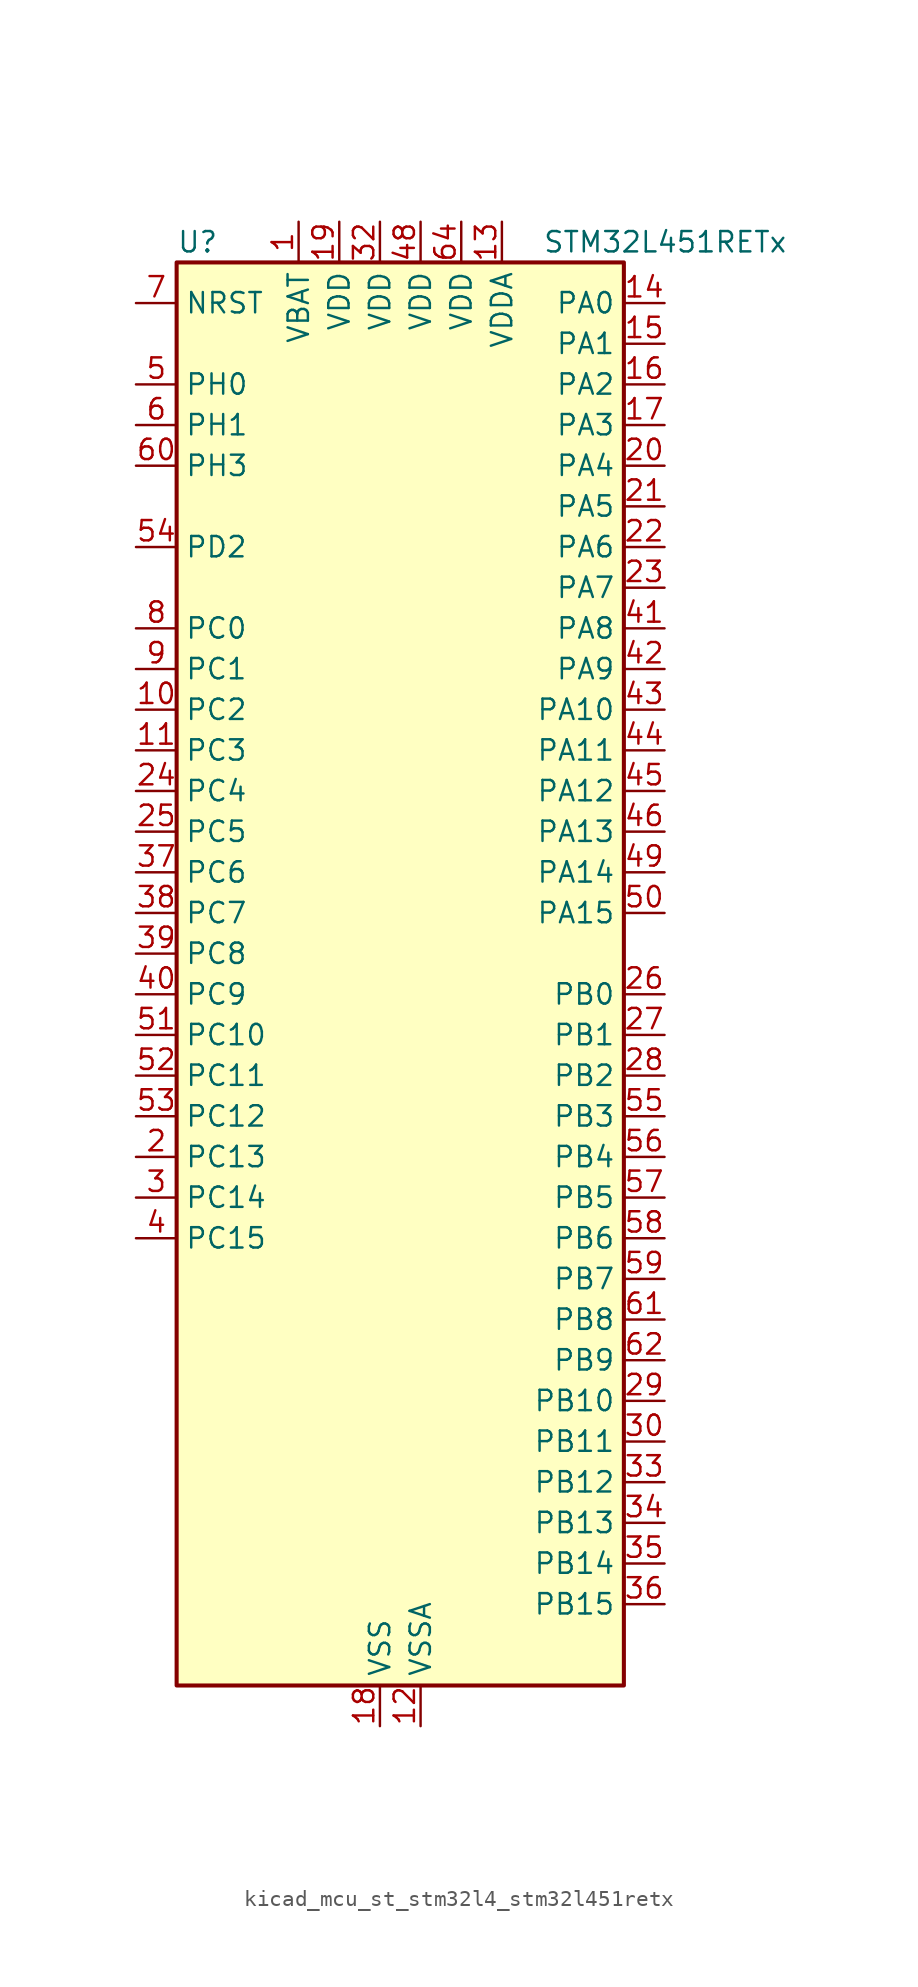
<source format=kicad_sym>
(kicad_symbol_lib
  (version 20220914)
  (generator kicad_symbol_editor)
  (symbol "kicad_mcu_st_stm32l4_stm32l451retx"
    (property "Reference" "U"
      (at -12.7 46.99 0)
      (effects (font (size 1.27 1.27)) (justify left)))
    (property "Value" "STM32L451RETx"
      (at 10.16 46.99 0)
      (effects (font (size 1.27 1.27)) (justify left)))
    (property "ki_locked" ""
      (at 0 0 0)
      (effects (font (size 1.27 1.27))))
    (symbol "kicad_mcu_st_stm32l4_stm32l451retx_0_1"
      (rectangle (start -12.7 -43.18) (end 15.24 45.72) (stroke (width 0.254) (type default)) (fill (type background))))
    (symbol "kicad_mcu_st_stm32l4_stm32l451retx_1_1"
      (pin power_in line (at -5.08 48.26 270) (length 2.54) (name "VBAT" (effects (font (size 1.27 1.27)))) (number "1" (effects (font (size 1.27 1.27)))))
      (pin bidirectional line (at -15.24 17.78 0) (length 2.54) (name "PC2" (effects (font (size 1.27 1.27)))) (number "10" (effects (font (size 1.27 1.27)))) (alternate "ADC1_IN3" bidirectional line) (alternate "DFSDM1_CKOUT" bidirectional line) (alternate "LPTIM1_IN2" bidirectional line) (alternate "SPI2_MISO" bidirectional line))
      (pin bidirectional line (at -15.24 15.24 0) (length 2.54) (name "PC3" (effects (font (size 1.27 1.27)))) (number "11" (effects (font (size 1.27 1.27)))) (alternate "ADC1_IN4" bidirectional line) (alternate "LPTIM1_ETR" bidirectional line) (alternate "LPTIM2_ETR" bidirectional line) (alternate "SAI1_SD_A" bidirectional line) (alternate "SPI2_MOSI" bidirectional line))
      (pin power_in line (at 2.54 -45.72 90) (length 2.54) (name "VSSA" (effects (font (size 1.27 1.27)))) (number "12" (effects (font (size 1.27 1.27)))))
      (pin power_in line (at 7.62 48.26 270) (length 2.54) (name "VDDA" (effects (font (size 1.27 1.27)))) (number "13" (effects (font (size 1.27 1.27)))))
      (pin bidirectional line (at 17.78 43.18 180) (length 2.54) (name "PA0" (effects (font (size 1.27 1.27)))) (number "14" (effects (font (size 1.27 1.27)))) (alternate "ADC1_IN5" bidirectional line) (alternate "COMP1_INM" bidirectional line) (alternate "COMP1_OUT" bidirectional line) (alternate "OPAMP1_VINP" bidirectional line) (alternate "RTC_TAMP2" bidirectional line) (alternate "SAI1_EXTCLK" bidirectional line) (alternate "SYS_WKUP1" bidirectional line) (alternate "TIM2_CH1" bidirectional line) (alternate "TIM2_ETR" bidirectional line) (alternate "UART4_TX" bidirectional line) (alternate "USART2_CTS" bidirectional line))
      (pin bidirectional line (at 17.78 40.64 180) (length 2.54) (name "PA1" (effects (font (size 1.27 1.27)))) (number "15" (effects (font (size 1.27 1.27)))) (alternate "ADC1_IN6" bidirectional line) (alternate "COMP1_INP" bidirectional line) (alternate "I2C1_SMBA" bidirectional line) (alternate "OPAMP1_VINM" bidirectional line) (alternate "SPI1_SCK" bidirectional line) (alternate "TIM15_CH1N" bidirectional line) (alternate "TIM2_CH2" bidirectional line) (alternate "UART4_RX" bidirectional line) (alternate "USART2_DE" bidirectional line) (alternate "USART2_RTS" bidirectional line))
      (pin bidirectional line (at 17.78 38.1 180) (length 2.54) (name "PA2" (effects (font (size 1.27 1.27)))) (number "16" (effects (font (size 1.27 1.27)))) (alternate "ADC1_IN7" bidirectional line) (alternate "COMP2_INM" bidirectional line) (alternate "COMP2_OUT" bidirectional line) (alternate "LPUART1_TX" bidirectional line) (alternate "QUADSPI_BK1_NCS" bidirectional line) (alternate "RCC_LSCO" bidirectional line) (alternate "SYS_WKUP4" bidirectional line) (alternate "TIM15_CH1" bidirectional line) (alternate "TIM2_CH3" bidirectional line) (alternate "USART2_TX" bidirectional line))
      (pin bidirectional line (at 17.78 35.56 180) (length 2.54) (name "PA3" (effects (font (size 1.27 1.27)))) (number "17" (effects (font (size 1.27 1.27)))) (alternate "ADC1_IN8" bidirectional line) (alternate "COMP2_INP" bidirectional line) (alternate "LPUART1_RX" bidirectional line) (alternate "OPAMP1_VOUT" bidirectional line) (alternate "QUADSPI_CLK" bidirectional line) (alternate "SAI1_MCLK_A" bidirectional line) (alternate "TIM15_CH2" bidirectional line) (alternate "TIM2_CH4" bidirectional line) (alternate "USART2_RX" bidirectional line))
      (pin power_in line (at 0 -45.72 90) (length 2.54) (name "VSS" (effects (font (size 1.27 1.27)))) (number "18" (effects (font (size 1.27 1.27)))))
      (pin power_in line (at -2.54 48.26 270) (length 2.54) (name "VDD" (effects (font (size 1.27 1.27)))) (number "19" (effects (font (size 1.27 1.27)))))
      (pin bidirectional line (at -15.24 -10.16 0) (length 2.54) (name "PC13" (effects (font (size 1.27 1.27)))) (number "2" (effects (font (size 1.27 1.27)))) (alternate "RTC_OUT_ALARM" bidirectional line) (alternate "RTC_OUT_CALIB" bidirectional line) (alternate "RTC_TAMP1" bidirectional line) (alternate "RTC_TS" bidirectional line) (alternate "SYS_WKUP2" bidirectional line))
      (pin bidirectional line (at 17.78 33.02 180) (length 2.54) (name "PA4" (effects (font (size 1.27 1.27)))) (number "20" (effects (font (size 1.27 1.27)))) (alternate "ADC1_IN9" bidirectional line) (alternate "COMP1_INM" bidirectional line) (alternate "COMP2_INM" bidirectional line) (alternate "DAC1_OUT1" bidirectional line) (alternate "LPTIM2_OUT" bidirectional line) (alternate "SAI1_FS_B" bidirectional line) (alternate "SPI1_NSS" bidirectional line) (alternate "SPI3_NSS" bidirectional line) (alternate "USART2_CK" bidirectional line))
      (pin bidirectional line (at 17.78 30.48 180) (length 2.54) (name "PA5" (effects (font (size 1.27 1.27)))) (number "21" (effects (font (size 1.27 1.27)))) (alternate "ADC1_IN10" bidirectional line) (alternate "COMP1_INM" bidirectional line) (alternate "COMP2_INM" bidirectional line) (alternate "DFSDM1_CKOUT" bidirectional line) (alternate "LPTIM2_ETR" bidirectional line) (alternate "SPI1_SCK" bidirectional line) (alternate "TIM2_CH1" bidirectional line) (alternate "TIM2_ETR" bidirectional line))
      (pin bidirectional line (at 17.78 27.94 180) (length 2.54) (name "PA6" (effects (font (size 1.27 1.27)))) (number "22" (effects (font (size 1.27 1.27)))) (alternate "ADC1_IN11" bidirectional line) (alternate "COMP1_OUT" bidirectional line) (alternate "LPUART1_CTS" bidirectional line) (alternate "QUADSPI_BK1_IO3" bidirectional line) (alternate "SPI1_MISO" bidirectional line) (alternate "TIM16_CH1" bidirectional line) (alternate "TIM1_BKIN" bidirectional line) (alternate "TIM1_BKIN_COMP2" bidirectional line) (alternate "TIM3_CH1" bidirectional line) (alternate "USART3_CTS" bidirectional line))
      (pin bidirectional line (at 17.78 25.4 180) (length 2.54) (name "PA7" (effects (font (size 1.27 1.27)))) (number "23" (effects (font (size 1.27 1.27)))) (alternate "ADC1_IN12" bidirectional line) (alternate "COMP2_OUT" bidirectional line) (alternate "DFSDM1_DATIN0" bidirectional line) (alternate "I2C3_SCL" bidirectional line) (alternate "QUADSPI_BK1_IO2" bidirectional line) (alternate "SPI1_MOSI" bidirectional line) (alternate "TIM1_CH1N" bidirectional line) (alternate "TIM3_CH2" bidirectional line))
      (pin bidirectional line (at -15.24 12.7 0) (length 2.54) (name "PC4" (effects (font (size 1.27 1.27)))) (number "24" (effects (font (size 1.27 1.27)))) (alternate "ADC1_IN13" bidirectional line) (alternate "COMP1_INM" bidirectional line) (alternate "USART3_TX" bidirectional line))
      (pin bidirectional line (at -15.24 10.16 0) (length 2.54) (name "PC5" (effects (font (size 1.27 1.27)))) (number "25" (effects (font (size 1.27 1.27)))) (alternate "ADC1_IN14" bidirectional line) (alternate "COMP1_INP" bidirectional line) (alternate "SYS_WKUP5" bidirectional line) (alternate "USART3_RX" bidirectional line))
      (pin bidirectional line (at 17.78 0 180) (length 2.54) (name "PB0" (effects (font (size 1.27 1.27)))) (number "26" (effects (font (size 1.27 1.27)))) (alternate "ADC1_IN15" bidirectional line) (alternate "COMP1_OUT" bidirectional line) (alternate "DFSDM1_CKIN0" bidirectional line) (alternate "QUADSPI_BK1_IO1" bidirectional line) (alternate "SAI1_EXTCLK" bidirectional line) (alternate "SPI1_NSS" bidirectional line) (alternate "TIM1_CH2N" bidirectional line) (alternate "TIM3_CH3" bidirectional line) (alternate "USART3_CK" bidirectional line))
      (pin bidirectional line (at 17.78 -2.54 180) (length 2.54) (name "PB1" (effects (font (size 1.27 1.27)))) (number "27" (effects (font (size 1.27 1.27)))) (alternate "ADC1_IN16" bidirectional line) (alternate "COMP1_INM" bidirectional line) (alternate "DFSDM1_DATIN0" bidirectional line) (alternate "LPTIM2_IN1" bidirectional line) (alternate "LPUART1_DE" bidirectional line) (alternate "LPUART1_RTS" bidirectional line) (alternate "QUADSPI_BK1_IO0" bidirectional line) (alternate "TIM1_CH3N" bidirectional line) (alternate "TIM3_CH4" bidirectional line) (alternate "USART3_DE" bidirectional line) (alternate "USART3_RTS" bidirectional line))
      (pin bidirectional line (at 17.78 -5.08 180) (length 2.54) (name "PB2" (effects (font (size 1.27 1.27)))) (number "28" (effects (font (size 1.27 1.27)))) (alternate "COMP1_INP" bidirectional line) (alternate "DFSDM1_CKIN0" bidirectional line) (alternate "I2C3_SMBA" bidirectional line) (alternate "LPTIM1_OUT" bidirectional line) (alternate "RTC_OUT_ALARM" bidirectional line) (alternate "RTC_OUT_CALIB" bidirectional line))
      (pin bidirectional line (at 17.78 -25.4 180) (length 2.54) (name "PB10" (effects (font (size 1.27 1.27)))) (number "29" (effects (font (size 1.27 1.27)))) (alternate "COMP1_OUT" bidirectional line) (alternate "I2C2_SCL" bidirectional line) (alternate "I2C4_SCL" bidirectional line) (alternate "LPUART1_RX" bidirectional line) (alternate "QUADSPI_CLK" bidirectional line) (alternate "SAI1_SCK_A" bidirectional line) (alternate "SPI2_SCK" bidirectional line) (alternate "TIM2_CH3" bidirectional line) (alternate "TSC_SYNC" bidirectional line) (alternate "USART3_TX" bidirectional line))
      (pin bidirectional line (at -15.24 -12.7 0) (length 2.54) (name "PC14" (effects (font (size 1.27 1.27)))) (number "3" (effects (font (size 1.27 1.27)))) (alternate "RCC_OSC32_IN" bidirectional line))
      (pin bidirectional line (at 17.78 -27.94 180) (length 2.54) (name "PB11" (effects (font (size 1.27 1.27)))) (number "30" (effects (font (size 1.27 1.27)))) (alternate "ADC1_EXTI11" bidirectional line) (alternate "COMP2_OUT" bidirectional line) (alternate "I2C2_SDA" bidirectional line) (alternate "I2C4_SDA" bidirectional line) (alternate "LPUART1_TX" bidirectional line) (alternate "QUADSPI_BK1_NCS" bidirectional line) (alternate "TIM2_CH4" bidirectional line) (alternate "USART3_RX" bidirectional line))
      (pin passive line (at 0 -45.72 90) (length 2.54) hide (name "VSS" (effects (font (size 1.27 1.27)))) (number "31" (effects (font (size 1.27 1.27)))))
      (pin power_in line (at 0 48.26 270) (length 2.54) (name "VDD" (effects (font (size 1.27 1.27)))) (number "32" (effects (font (size 1.27 1.27)))))
      (pin bidirectional line (at 17.78 -30.48 180) (length 2.54) (name "PB12" (effects (font (size 1.27 1.27)))) (number "33" (effects (font (size 1.27 1.27)))) (alternate "CAN1_RX" bidirectional line) (alternate "DFSDM1_DATIN1" bidirectional line) (alternate "I2C2_SMBA" bidirectional line) (alternate "LPUART1_DE" bidirectional line) (alternate "LPUART1_RTS" bidirectional line) (alternate "SAI1_FS_A" bidirectional line) (alternate "SPI2_NSS" bidirectional line) (alternate "TIM15_BKIN" bidirectional line) (alternate "TIM1_BKIN" bidirectional line) (alternate "TIM1_BKIN_COMP2" bidirectional line) (alternate "TSC_G1_IO1" bidirectional line) (alternate "USART3_CK" bidirectional line))
      (pin bidirectional line (at 17.78 -33.02 180) (length 2.54) (name "PB13" (effects (font (size 1.27 1.27)))) (number "34" (effects (font (size 1.27 1.27)))) (alternate "CAN1_TX" bidirectional line) (alternate "DFSDM1_CKIN1" bidirectional line) (alternate "I2C2_SCL" bidirectional line) (alternate "LPUART1_CTS" bidirectional line) (alternate "SAI1_SCK_A" bidirectional line) (alternate "SPI2_SCK" bidirectional line) (alternate "TIM15_CH1N" bidirectional line) (alternate "TIM1_CH1N" bidirectional line) (alternate "TSC_G1_IO2" bidirectional line) (alternate "USART3_CTS" bidirectional line))
      (pin bidirectional line (at 17.78 -35.56 180) (length 2.54) (name "PB14" (effects (font (size 1.27 1.27)))) (number "35" (effects (font (size 1.27 1.27)))) (alternate "DFSDM1_DATIN2" bidirectional line) (alternate "I2C2_SDA" bidirectional line) (alternate "SAI1_MCLK_A" bidirectional line) (alternate "SPI2_MISO" bidirectional line) (alternate "TIM15_CH1" bidirectional line) (alternate "TIM1_CH2N" bidirectional line) (alternate "TSC_G1_IO3" bidirectional line) (alternate "USART3_DE" bidirectional line) (alternate "USART3_RTS" bidirectional line))
      (pin bidirectional line (at 17.78 -38.1 180) (length 2.54) (name "PB15" (effects (font (size 1.27 1.27)))) (number "36" (effects (font (size 1.27 1.27)))) (alternate "ADC1_EXTI15" bidirectional line) (alternate "DFSDM1_CKIN2" bidirectional line) (alternate "RTC_REFIN" bidirectional line) (alternate "SAI1_SD_A" bidirectional line) (alternate "SPI2_MOSI" bidirectional line) (alternate "TIM15_CH2" bidirectional line) (alternate "TIM1_CH3N" bidirectional line) (alternate "TSC_G1_IO4" bidirectional line))
      (pin bidirectional line (at -15.24 7.62 0) (length 2.54) (name "PC6" (effects (font (size 1.27 1.27)))) (number "37" (effects (font (size 1.27 1.27)))) (alternate "DFSDM1_CKIN3" bidirectional line) (alternate "SDMMC1_D6" bidirectional line) (alternate "TIM3_CH1" bidirectional line) (alternate "TSC_G4_IO1" bidirectional line))
      (pin bidirectional line (at -15.24 5.08 0) (length 2.54) (name "PC7" (effects (font (size 1.27 1.27)))) (number "38" (effects (font (size 1.27 1.27)))) (alternate "DFSDM1_DATIN3" bidirectional line) (alternate "SDMMC1_D7" bidirectional line) (alternate "TIM3_CH2" bidirectional line) (alternate "TSC_G4_IO2" bidirectional line))
      (pin bidirectional line (at -15.24 2.54 0) (length 2.54) (name "PC8" (effects (font (size 1.27 1.27)))) (number "39" (effects (font (size 1.27 1.27)))) (alternate "SDMMC1_D0" bidirectional line) (alternate "TIM3_CH3" bidirectional line) (alternate "TSC_G4_IO3" bidirectional line))
      (pin bidirectional line (at -15.24 -15.24 0) (length 2.54) (name "PC15" (effects (font (size 1.27 1.27)))) (number "4" (effects (font (size 1.27 1.27)))) (alternate "ADC1_EXTI15" bidirectional line) (alternate "RCC_OSC32_OUT" bidirectional line))
      (pin bidirectional line (at -15.24 0 0) (length 2.54) (name "PC9" (effects (font (size 1.27 1.27)))) (number "40" (effects (font (size 1.27 1.27)))) (alternate "DAC1_EXTI9" bidirectional line) (alternate "SDMMC1_D1" bidirectional line) (alternate "TIM3_CH4" bidirectional line) (alternate "TSC_G4_IO4" bidirectional line))
      (pin bidirectional line (at 17.78 22.86 180) (length 2.54) (name "PA8" (effects (font (size 1.27 1.27)))) (number "41" (effects (font (size 1.27 1.27)))) (alternate "DFSDM1_CKIN1" bidirectional line) (alternate "LPTIM2_OUT" bidirectional line) (alternate "RCC_MCO" bidirectional line) (alternate "SAI1_SCK_A" bidirectional line) (alternate "TIM1_CH1" bidirectional line) (alternate "USART1_CK" bidirectional line))
      (pin bidirectional line (at 17.78 20.32 180) (length 2.54) (name "PA9" (effects (font (size 1.27 1.27)))) (number "42" (effects (font (size 1.27 1.27)))) (alternate "DAC1_EXTI9" bidirectional line) (alternate "DFSDM1_DATIN1" bidirectional line) (alternate "I2C1_SCL" bidirectional line) (alternate "SAI1_FS_A" bidirectional line) (alternate "TIM15_BKIN" bidirectional line) (alternate "TIM1_CH2" bidirectional line) (alternate "USART1_TX" bidirectional line))
      (pin bidirectional line (at 17.78 17.78 180) (length 2.54) (name "PA10" (effects (font (size 1.27 1.27)))) (number "43" (effects (font (size 1.27 1.27)))) (alternate "I2C1_SDA" bidirectional line) (alternate "SAI1_SD_A" bidirectional line) (alternate "TIM1_CH3" bidirectional line) (alternate "USART1_RX" bidirectional line))
      (pin bidirectional line (at 17.78 15.24 180) (length 2.54) (name "PA11" (effects (font (size 1.27 1.27)))) (number "44" (effects (font (size 1.27 1.27)))) (alternate "ADC1_EXTI11" bidirectional line) (alternate "CAN1_RX" bidirectional line) (alternate "COMP1_OUT" bidirectional line) (alternate "SPI1_MISO" bidirectional line) (alternate "TIM1_BKIN2" bidirectional line) (alternate "TIM1_BKIN2_COMP1" bidirectional line) (alternate "TIM1_CH4" bidirectional line) (alternate "USART1_CTS" bidirectional line))
      (pin bidirectional line (at 17.78 12.7 180) (length 2.54) (name "PA12" (effects (font (size 1.27 1.27)))) (number "45" (effects (font (size 1.27 1.27)))) (alternate "CAN1_TX" bidirectional line) (alternate "SPI1_MOSI" bidirectional line) (alternate "TIM1_ETR" bidirectional line) (alternate "USART1_DE" bidirectional line) (alternate "USART1_RTS" bidirectional line))
      (pin bidirectional line (at 17.78 10.16 180) (length 2.54) (name "PA13" (effects (font (size 1.27 1.27)))) (number "46" (effects (font (size 1.27 1.27)))) (alternate "IR_OUT" bidirectional line) (alternate "SAI1_SD_B" bidirectional line) (alternate "SYS_JTMS-SWDIO" bidirectional line))
      (pin passive line (at 0 -45.72 90) (length 2.54) hide (name "VSS" (effects (font (size 1.27 1.27)))) (number "47" (effects (font (size 1.27 1.27)))))
      (pin power_in line (at 2.54 48.26 270) (length 2.54) (name "VDD" (effects (font (size 1.27 1.27)))) (number "48" (effects (font (size 1.27 1.27)))))
      (pin bidirectional line (at 17.78 7.62 180) (length 2.54) (name "PA14" (effects (font (size 1.27 1.27)))) (number "49" (effects (font (size 1.27 1.27)))) (alternate "I2C1_SMBA" bidirectional line) (alternate "I2C4_SMBA" bidirectional line) (alternate "LPTIM1_OUT" bidirectional line) (alternate "SAI1_FS_B" bidirectional line) (alternate "SYS_JTCK-SWCLK" bidirectional line))
      (pin bidirectional line (at -15.24 38.1 0) (length 2.54) (name "PH0" (effects (font (size 1.27 1.27)))) (number "5" (effects (font (size 1.27 1.27)))) (alternate "RCC_OSC_IN" bidirectional line))
      (pin bidirectional line (at 17.78 5.08 180) (length 2.54) (name "PA15" (effects (font (size 1.27 1.27)))) (number "50" (effects (font (size 1.27 1.27)))) (alternate "ADC1_EXTI15" bidirectional line) (alternate "SPI1_NSS" bidirectional line) (alternate "SPI3_NSS" bidirectional line) (alternate "SYS_JTDI" bidirectional line) (alternate "TIM2_CH1" bidirectional line) (alternate "TIM2_ETR" bidirectional line) (alternate "TSC_G3_IO1" bidirectional line) (alternate "UART4_DE" bidirectional line) (alternate "UART4_RTS" bidirectional line) (alternate "USART2_RX" bidirectional line) (alternate "USART3_DE" bidirectional line) (alternate "USART3_RTS" bidirectional line))
      (pin bidirectional line (at -15.24 -2.54 0) (length 2.54) (name "PC10" (effects (font (size 1.27 1.27)))) (number "51" (effects (font (size 1.27 1.27)))) (alternate "SDMMC1_D2" bidirectional line) (alternate "SPI3_SCK" bidirectional line) (alternate "SYS_TRACED1" bidirectional line) (alternate "TSC_G3_IO2" bidirectional line) (alternate "UART4_TX" bidirectional line) (alternate "USART3_TX" bidirectional line))
      (pin bidirectional line (at -15.24 -5.08 0) (length 2.54) (name "PC11" (effects (font (size 1.27 1.27)))) (number "52" (effects (font (size 1.27 1.27)))) (alternate "ADC1_EXTI11" bidirectional line) (alternate "SDMMC1_D3" bidirectional line) (alternate "SPI3_MISO" bidirectional line) (alternate "TSC_G3_IO3" bidirectional line) (alternate "UART4_RX" bidirectional line) (alternate "USART3_RX" bidirectional line))
      (pin bidirectional line (at -15.24 -7.62 0) (length 2.54) (name "PC12" (effects (font (size 1.27 1.27)))) (number "53" (effects (font (size 1.27 1.27)))) (alternate "SDMMC1_CK" bidirectional line) (alternate "SPI3_MOSI" bidirectional line) (alternate "SYS_TRACED3" bidirectional line) (alternate "TSC_G3_IO4" bidirectional line) (alternate "USART3_CK" bidirectional line))
      (pin bidirectional line (at -15.24 27.94 0) (length 2.54) (name "PD2" (effects (font (size 1.27 1.27)))) (number "54" (effects (font (size 1.27 1.27)))) (alternate "SDMMC1_CMD" bidirectional line) (alternate "SYS_TRACED2" bidirectional line) (alternate "TIM3_ETR" bidirectional line) (alternate "TSC_SYNC" bidirectional line) (alternate "USART3_DE" bidirectional line) (alternate "USART3_RTS" bidirectional line))
      (pin bidirectional line (at 17.78 -7.62 180) (length 2.54) (name "PB3" (effects (font (size 1.27 1.27)))) (number "55" (effects (font (size 1.27 1.27)))) (alternate "COMP2_INM" bidirectional line) (alternate "SAI1_SCK_B" bidirectional line) (alternate "SPI1_SCK" bidirectional line) (alternate "SPI3_SCK" bidirectional line) (alternate "SYS_JTDO-SWO" bidirectional line) (alternate "TIM2_CH2" bidirectional line) (alternate "USART1_DE" bidirectional line) (alternate "USART1_RTS" bidirectional line))
      (pin bidirectional line (at 17.78 -10.16 180) (length 2.54) (name "PB4" (effects (font (size 1.27 1.27)))) (number "56" (effects (font (size 1.27 1.27)))) (alternate "COMP2_INP" bidirectional line) (alternate "I2C3_SDA" bidirectional line) (alternate "SAI1_MCLK_B" bidirectional line) (alternate "SPI1_MISO" bidirectional line) (alternate "SPI3_MISO" bidirectional line) (alternate "SYS_JTRST" bidirectional line) (alternate "TIM3_CH1" bidirectional line) (alternate "TSC_G2_IO1" bidirectional line) (alternate "USART1_CTS" bidirectional line))
      (pin bidirectional line (at 17.78 -12.7 180) (length 2.54) (name "PB5" (effects (font (size 1.27 1.27)))) (number "57" (effects (font (size 1.27 1.27)))) (alternate "CAN1_RX" bidirectional line) (alternate "COMP2_OUT" bidirectional line) (alternate "I2C1_SMBA" bidirectional line) (alternate "LPTIM1_IN1" bidirectional line) (alternate "SAI1_SD_B" bidirectional line) (alternate "SPI1_MOSI" bidirectional line) (alternate "SPI3_MOSI" bidirectional line) (alternate "TIM16_BKIN" bidirectional line) (alternate "TIM3_CH2" bidirectional line) (alternate "TSC_G2_IO2" bidirectional line) (alternate "USART1_CK" bidirectional line))
      (pin bidirectional line (at 17.78 -15.24 180) (length 2.54) (name "PB6" (effects (font (size 1.27 1.27)))) (number "58" (effects (font (size 1.27 1.27)))) (alternate "CAN1_TX" bidirectional line) (alternate "COMP2_INP" bidirectional line) (alternate "I2C1_SCL" bidirectional line) (alternate "I2C4_SCL" bidirectional line) (alternate "LPTIM1_ETR" bidirectional line) (alternate "SAI1_FS_B" bidirectional line) (alternate "TIM16_CH1N" bidirectional line) (alternate "TSC_G2_IO3" bidirectional line) (alternate "USART1_TX" bidirectional line))
      (pin bidirectional line (at 17.78 -17.78 180) (length 2.54) (name "PB7" (effects (font (size 1.27 1.27)))) (number "59" (effects (font (size 1.27 1.27)))) (alternate "COMP2_INM" bidirectional line) (alternate "I2C1_SDA" bidirectional line) (alternate "I2C4_SDA" bidirectional line) (alternate "LPTIM1_IN2" bidirectional line) (alternate "SYS_PVD_IN" bidirectional line) (alternate "TSC_G2_IO4" bidirectional line) (alternate "UART4_CTS" bidirectional line) (alternate "USART1_RX" bidirectional line))
      (pin bidirectional line (at -15.24 35.56 0) (length 2.54) (name "PH1" (effects (font (size 1.27 1.27)))) (number "6" (effects (font (size 1.27 1.27)))) (alternate "RCC_OSC_OUT" bidirectional line))
      (pin bidirectional line (at -15.24 33.02 0) (length 2.54) (name "PH3" (effects (font (size 1.27 1.27)))) (number "60" (effects (font (size 1.27 1.27)))))
      (pin bidirectional line (at 17.78 -20.32 180) (length 2.54) (name "PB8" (effects (font (size 1.27 1.27)))) (number "61" (effects (font (size 1.27 1.27)))) (alternate "CAN1_RX" bidirectional line) (alternate "I2C1_SCL" bidirectional line) (alternate "SAI1_MCLK_A" bidirectional line) (alternate "SDMMC1_D4" bidirectional line) (alternate "TIM16_CH1" bidirectional line))
      (pin bidirectional line (at 17.78 -22.86 180) (length 2.54) (name "PB9" (effects (font (size 1.27 1.27)))) (number "62" (effects (font (size 1.27 1.27)))) (alternate "CAN1_TX" bidirectional line) (alternate "DAC1_EXTI9" bidirectional line) (alternate "I2C1_SDA" bidirectional line) (alternate "IR_OUT" bidirectional line) (alternate "SAI1_FS_A" bidirectional line) (alternate "SDMMC1_D5" bidirectional line) (alternate "SPI2_NSS" bidirectional line))
      (pin passive line (at 0 -45.72 90) (length 2.54) hide (name "VSS" (effects (font (size 1.27 1.27)))) (number "63" (effects (font (size 1.27 1.27)))))
      (pin power_in line (at 5.08 48.26 270) (length 2.54) (name "VDD" (effects (font (size 1.27 1.27)))) (number "64" (effects (font (size 1.27 1.27)))))
      (pin input line (at -15.24 43.18 0) (length 2.54) (name "NRST" (effects (font (size 1.27 1.27)))) (number "7" (effects (font (size 1.27 1.27)))))
      (pin bidirectional line (at -15.24 22.86 0) (length 2.54) (name "PC0" (effects (font (size 1.27 1.27)))) (number "8" (effects (font (size 1.27 1.27)))) (alternate "ADC1_IN1" bidirectional line) (alternate "I2C3_SCL" bidirectional line) (alternate "I2C4_SCL" bidirectional line) (alternate "LPTIM1_IN1" bidirectional line) (alternate "LPTIM2_IN1" bidirectional line) (alternate "LPUART1_RX" bidirectional line))
      (pin bidirectional line (at -15.24 20.32 0) (length 2.54) (name "PC1" (effects (font (size 1.27 1.27)))) (number "9" (effects (font (size 1.27 1.27)))) (alternate "ADC1_IN2" bidirectional line) (alternate "I2C3_SDA" bidirectional line) (alternate "I2C4_SDA" bidirectional line) (alternate "LPTIM1_OUT" bidirectional line) (alternate "LPUART1_TX" bidirectional line) (alternate "SYS_TRACED0" bidirectional line)))))
</source>
